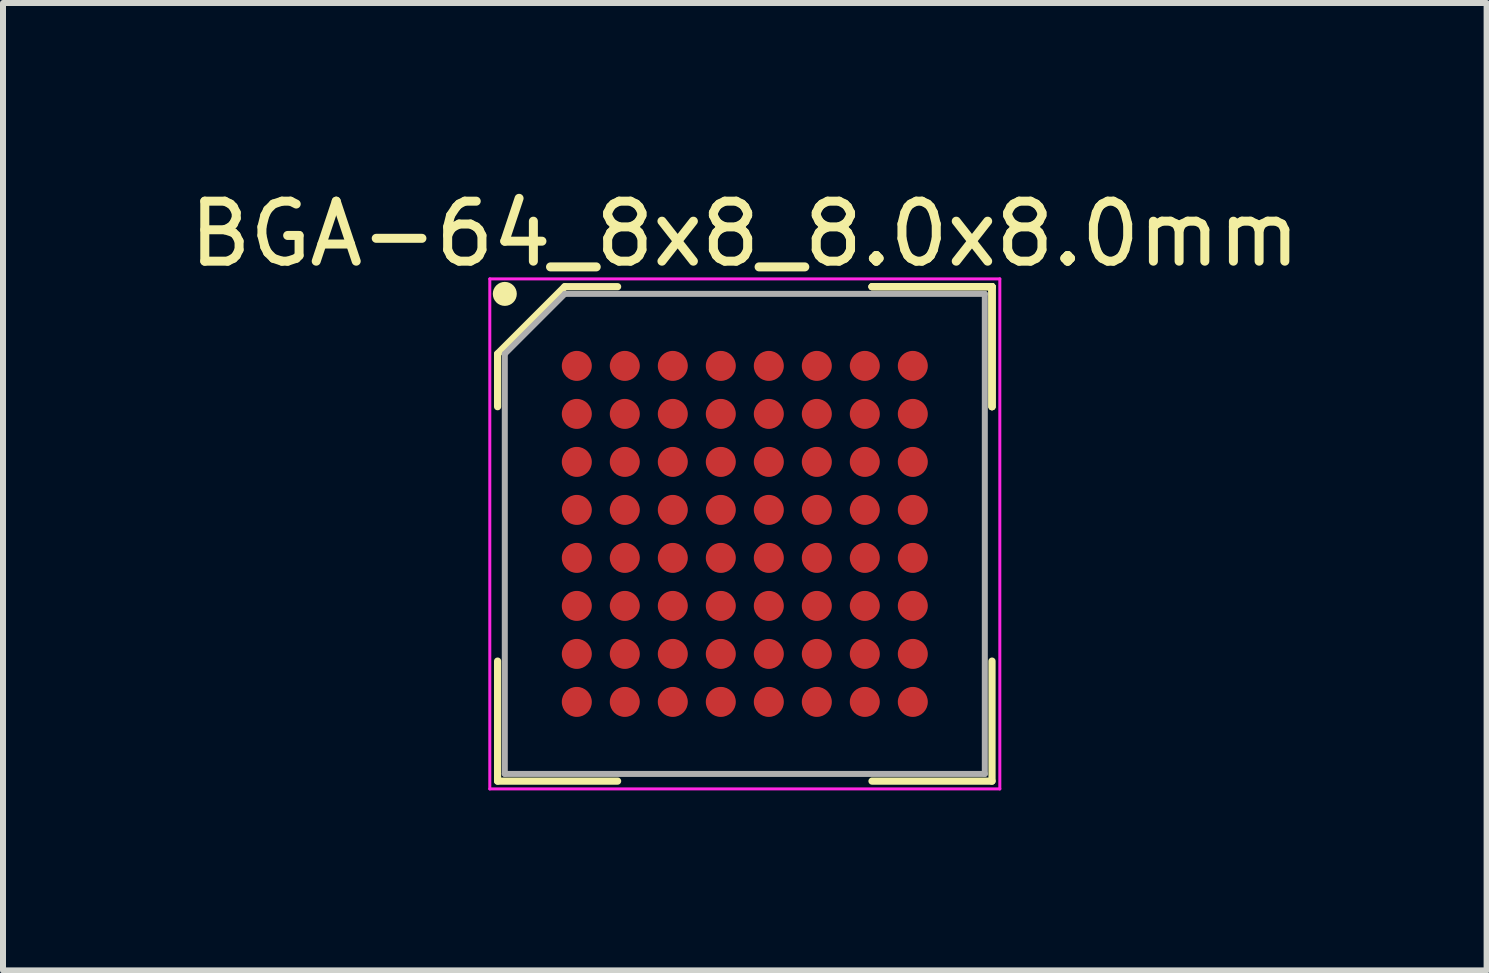
<source format=kicad_pcb>
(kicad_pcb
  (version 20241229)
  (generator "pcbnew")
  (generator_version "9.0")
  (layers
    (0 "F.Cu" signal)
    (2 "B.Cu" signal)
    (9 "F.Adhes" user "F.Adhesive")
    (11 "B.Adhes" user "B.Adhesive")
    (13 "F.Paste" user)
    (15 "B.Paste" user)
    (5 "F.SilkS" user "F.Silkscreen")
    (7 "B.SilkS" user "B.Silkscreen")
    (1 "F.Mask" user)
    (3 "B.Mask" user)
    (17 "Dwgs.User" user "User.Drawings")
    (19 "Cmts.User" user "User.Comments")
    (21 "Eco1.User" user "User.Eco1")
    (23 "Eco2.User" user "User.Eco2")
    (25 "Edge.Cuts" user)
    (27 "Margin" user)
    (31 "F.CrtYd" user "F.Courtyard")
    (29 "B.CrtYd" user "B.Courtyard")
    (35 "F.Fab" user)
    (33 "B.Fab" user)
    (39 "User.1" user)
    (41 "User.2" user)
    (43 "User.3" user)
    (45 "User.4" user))
  (footprint "BGA-64_8x8_8.0x8.0mm"
    (layer "F.Cu")
    (at 9.363 5.848)
    (property "Reference" "BGA-64_8x8_8.0x8.0mm" (at 0 -5 0) (layer "F.SilkS") (effects (font (size 1 1) (thickness 0.15))))
    (attr smd)
    (fp_line (start -4.12 -3) (end -4.12 -2.12) (stroke (width 0.12) (type default)) (layer "F.SilkS"))
    (fp_line (start -4.12 4.12) (end -4.12 2.12) (stroke (width 0.12) (type default)) (layer "F.SilkS"))
    (fp_line (start -3 -4.12) (end -4.12 -3) (stroke (width 0.12) (type default)) (layer "F.SilkS"))
    (fp_line (start -2.12 -4.12) (end -3 -4.12) (stroke (width 0.12) (type default)) (layer "F.SilkS"))
    (fp_line (start -2.12 4.12) (end -4.12 4.12) (stroke (width 0.12) (type default)) (layer "F.SilkS"))
    (fp_line (start 2.12 -4.12) (end 4.12 -4.12) (stroke (width 0.12) (type default)) (layer "F.SilkS"))
    (fp_line (start 2.12 -4.12) (end 4.12 -4.12) (stroke (width 0.12) (type default)) (layer "F.SilkS"))
    (fp_line (start 2.12 -4.12) (end 4.12 -4.12) (stroke (width 0.12) (type default)) (layer "F.SilkS"))
    (fp_line (start 2.12 4.12) (end 4.12 4.12) (stroke (width 0.12) (type default)) (layer "F.SilkS"))
    (fp_line (start 4.12 -4.12) (end 4.12 -2.12) (stroke (width 0.12) (type default)) (layer "F.SilkS"))
    (fp_line (start 4.12 -4.12) (end 4.12 -2.12) (stroke (width 0.12) (type default)) (layer "F.SilkS"))
    (fp_line (start 4.12 -4.12) (end 4.12 -2.12) (stroke (width 0.12) (type default)) (layer "F.SilkS"))
    (fp_line (start 4.12 4.12) (end 4.12 2.12) (stroke (width 0.12) (type default)) (layer "F.SilkS"))
    (fp_circle (center -4 -4) (end -4 -3.9) (stroke (width 0.2) (type default)) (fill no) (layer "F.SilkS"))
    (fp_line (start -4.25 -4.25) (end 4.25 -4.25) (stroke (width 0.05) (type default)) (layer "F.CrtYd"))
    (fp_line (start -4.25 4.25) (end -4.25 -4.25) (stroke (width 0.05) (type default)) (layer "F.CrtYd"))
    (fp_line (start 4.25 -4.25) (end 4.25 4.25) (stroke (width 0.05) (type default)) (layer "F.CrtYd"))
    (fp_line (start 4.25 4.25) (end -4.25 4.25) (stroke (width 0.05) (type default)) (layer "F.CrtYd"))
    (fp_line (start -4 -3) (end -4 4) (stroke (width 0.1) (type default)) (layer "F.Fab"))
    (fp_line (start -4 4) (end 4 4) (stroke (width 0.1) (type default)) (layer "F.Fab"))
    (fp_line (start -3 -4) (end -4 -3) (stroke (width 0.1) (type default)) (layer "F.Fab"))
    (fp_line (start 4 -4) (end -3 -4) (stroke (width 0.1) (type default)) (layer "F.Fab"))
    (fp_line (start 4 4) (end 4 -4) (stroke (width 0.1) (type default)) (layer "F.Fab"))
    (pad "A1" smd circle (at -2.8 -2.8) (size 0.5 0.5) (layers "F.Cu" "F.Mask" "F.Paste"))
    (pad "A2" smd circle (at -2 -2.8) (size 0.5 0.5) (layers "F.Cu" "F.Mask" "F.Paste"))
    (pad "A3" smd circle (at -1.2 -2.8) (size 0.5 0.5) (layers "F.Cu" "F.Mask" "F.Paste"))
    (pad "A4" smd circle (at -0.4 -2.8) (size 0.5 0.5) (layers "F.Cu" "F.Mask" "F.Paste"))
    (pad "A5" smd circle (at 0.4 -2.8) (size 0.5 0.5) (layers "F.Cu" "F.Mask" "F.Paste"))
    (pad "A6" smd circle (at 1.2 -2.8) (size 0.5 0.5) (layers "F.Cu" "F.Mask" "F.Paste"))
    (pad "A7" smd circle (at 2 -2.8) (size 0.5 0.5) (layers "F.Cu" "F.Mask" "F.Paste"))
    (pad "A8" smd circle (at 2.8 -2.8) (size 0.5 0.5) (layers "F.Cu" "F.Mask" "F.Paste"))
    (pad "B1" smd circle (at -2.8 -2) (size 0.5 0.5) (layers "F.Cu" "F.Mask" "F.Paste"))
    (pad "B2" smd circle (at -2 -2) (size 0.5 0.5) (layers "F.Cu" "F.Mask" "F.Paste"))
    (pad "B3" smd circle (at -1.2 -2) (size 0.5 0.5) (layers "F.Cu" "F.Mask" "F.Paste"))
    (pad "B4" smd circle (at -0.4 -2) (size 0.5 0.5) (layers "F.Cu" "F.Mask" "F.Paste"))
    (pad "B5" smd circle (at 0.4 -2) (size 0.5 0.5) (layers "F.Cu" "F.Mask" "F.Paste"))
    (pad "B6" smd circle (at 1.2 -2) (size 0.5 0.5) (layers "F.Cu" "F.Mask" "F.Paste"))
    (pad "B7" smd circle (at 2 -2) (size 0.5 0.5) (layers "F.Cu" "F.Mask" "F.Paste"))
    (pad "B8" smd circle (at 2.8 -2) (size 0.5 0.5) (layers "F.Cu" "F.Mask" "F.Paste"))
    (pad "C1" smd circle (at -2.8 -1.2) (size 0.5 0.5) (layers "F.Cu" "F.Mask" "F.Paste"))
    (pad "C2" smd circle (at -2 -1.2) (size 0.5 0.5) (layers "F.Cu" "F.Mask" "F.Paste"))
    (pad "C3" smd circle (at -1.2 -1.2) (size 0.5 0.5) (layers "F.Cu" "F.Mask" "F.Paste"))
    (pad "C4" smd circle (at -0.4 -1.2) (size 0.5 0.5) (layers "F.Cu" "F.Mask" "F.Paste"))
    (pad "C5" smd circle (at 0.4 -1.2) (size 0.5 0.5) (layers "F.Cu" "F.Mask" "F.Paste"))
    (pad "C6" smd circle (at 1.2 -1.2) (size 0.5 0.5) (layers "F.Cu" "F.Mask" "F.Paste"))
    (pad "C7" smd circle (at 2 -1.2) (size 0.5 0.5) (layers "F.Cu" "F.Mask" "F.Paste"))
    (pad "C8" smd circle (at 2.8 -1.2) (size 0.5 0.5) (layers "F.Cu" "F.Mask" "F.Paste"))
    (pad "D1" smd circle (at -2.8 -0.4) (size 0.5 0.5) (layers "F.Cu" "F.Mask" "F.Paste"))
    (pad "D2" smd circle (at -2 -0.4) (size 0.5 0.5) (layers "F.Cu" "F.Mask" "F.Paste"))
    (pad "D3" smd circle (at -1.2 -0.4) (size 0.5 0.5) (layers "F.Cu" "F.Mask" "F.Paste"))
    (pad "D4" smd circle (at -0.4 -0.4) (size 0.5 0.5) (layers "F.Cu" "F.Mask" "F.Paste"))
    (pad "D5" smd circle (at 0.4 -0.4) (size 0.5 0.5) (layers "F.Cu" "F.Mask" "F.Paste"))
    (pad "D6" smd circle (at 1.2 -0.4) (size 0.5 0.5) (layers "F.Cu" "F.Mask" "F.Paste"))
    (pad "D7" smd circle (at 2 -0.4) (size 0.5 0.5) (layers "F.Cu" "F.Mask" "F.Paste"))
    (pad "D8" smd circle (at 2.8 -0.4) (size 0.5 0.5) (layers "F.Cu" "F.Mask" "F.Paste"))
    (pad "E1" smd circle (at -2.8 0.4) (size 0.5 0.5) (layers "F.Cu" "F.Mask" "F.Paste"))
    (pad "E2" smd circle (at -2 0.4) (size 0.5 0.5) (layers "F.Cu" "F.Mask" "F.Paste"))
    (pad "E3" smd circle (at -1.2 0.4) (size 0.5 0.5) (layers "F.Cu" "F.Mask" "F.Paste"))
    (pad "E4" smd circle (at -0.4 0.4) (size 0.5 0.5) (layers "F.Cu" "F.Mask" "F.Paste"))
    (pad "E5" smd circle (at 0.4 0.4) (size 0.5 0.5) (layers "F.Cu" "F.Mask" "F.Paste"))
    (pad "E6" smd circle (at 1.2 0.4) (size 0.5 0.5) (layers "F.Cu" "F.Mask" "F.Paste"))
    (pad "E7" smd circle (at 2 0.4) (size 0.5 0.5) (layers "F.Cu" "F.Mask" "F.Paste"))
    (pad "E8" smd circle (at 2.8 0.4) (size 0.5 0.5) (layers "F.Cu" "F.Mask" "F.Paste"))
    (pad "F1" smd circle (at -2.8 1.2) (size 0.5 0.5) (layers "F.Cu" "F.Mask" "F.Paste"))
    (pad "F2" smd circle (at -2 1.2) (size 0.5 0.5) (layers "F.Cu" "F.Mask" "F.Paste"))
    (pad "F3" smd circle (at -1.2 1.2) (size 0.5 0.5) (layers "F.Cu" "F.Mask" "F.Paste"))
    (pad "F4" smd circle (at -0.4 1.2) (size 0.5 0.5) (layers "F.Cu" "F.Mask" "F.Paste"))
    (pad "F5" smd circle (at 0.4 1.2) (size 0.5 0.5) (layers "F.Cu" "F.Mask" "F.Paste"))
    (pad "F6" smd circle (at 1.2 1.2) (size 0.5 0.5) (layers "F.Cu" "F.Mask" "F.Paste"))
    (pad "F7" smd circle (at 2 1.2) (size 0.5 0.5) (layers "F.Cu" "F.Mask" "F.Paste"))
    (pad "F8" smd circle (at 2.8 1.2) (size 0.5 0.5) (layers "F.Cu" "F.Mask" "F.Paste"))
    (pad "G1" smd circle (at -2.8 2) (size 0.5 0.5) (layers "F.Cu" "F.Mask" "F.Paste"))
    (pad "G2" smd circle (at -2 2) (size 0.5 0.5) (layers "F.Cu" "F.Mask" "F.Paste"))
    (pad "G3" smd circle (at -1.2 2) (size 0.5 0.5) (layers "F.Cu" "F.Mask" "F.Paste"))
    (pad "G4" smd circle (at -0.4 2) (size 0.5 0.5) (layers "F.Cu" "F.Mask" "F.Paste"))
    (pad "G5" smd circle (at 0.4 2) (size 0.5 0.5) (layers "F.Cu" "F.Mask" "F.Paste"))
    (pad "G6" smd circle (at 1.2 2) (size 0.5 0.5) (layers "F.Cu" "F.Mask" "F.Paste"))
    (pad "G7" smd circle (at 2 2) (size 0.5 0.5) (layers "F.Cu" "F.Mask" "F.Paste"))
    (pad "G8" smd circle (at 2.8 2) (size 0.5 0.5) (layers "F.Cu" "F.Mask" "F.Paste"))
    (pad "H1" smd circle (at -2.8 2.8) (size 0.5 0.5) (layers "F.Cu" "F.Mask" "F.Paste"))
    (pad "H2" smd circle (at -2 2.8) (size 0.5 0.5) (layers "F.Cu" "F.Mask" "F.Paste"))
    (pad "H3" smd circle (at -1.2 2.8) (size 0.5 0.5) (layers "F.Cu" "F.Mask" "F.Paste"))
    (pad "H4" smd circle (at -0.4 2.8) (size 0.5 0.5) (layers "F.Cu" "F.Mask" "F.Paste"))
    (pad "H5" smd circle (at 0.4 2.8) (size 0.5 0.5) (layers "F.Cu" "F.Mask" "F.Paste"))
    (pad "H6" smd circle (at 1.2 2.8) (size 0.5 0.5) (layers "F.Cu" "F.Mask" "F.Paste"))
    (pad "H7" smd circle (at 2 2.8) (size 0.5 0.5) (layers "F.Cu" "F.Mask" "F.Paste"))
    (pad "H8" smd circle (at 2.8 2.8) (size 0.5 0.5) (layers "F.Cu" "F.Mask" "F.Paste")))
  (gr_rect
    (start -3 -3)
    (end 21.726 13.123)
    (stroke (width 0.1) (type default))
    (fill no)
    (layer "Edge.Cuts")))
</source>
